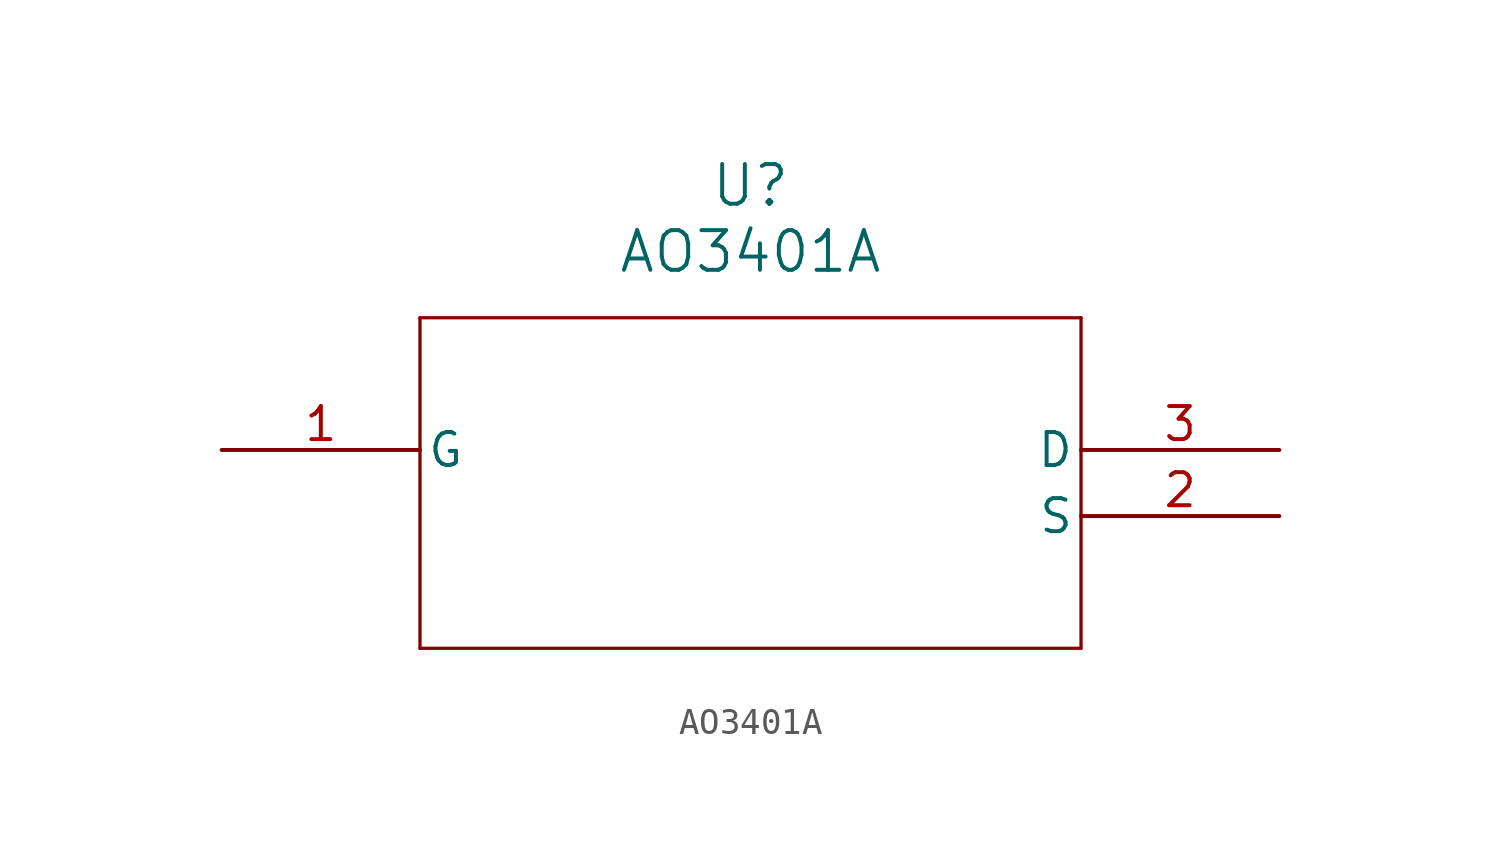
<source format=kicad_sym>
(kicad_symbol_lib
  (version 20211014)
  (generator kicad_symbol_editor)
  (symbol "AO3401A"
    (pin_names
      (offset 0.254))
    (property "Reference" "U"
      (at 20.32 10.16 0)
      (effects (font (size 1.524 1.524))))
    (property "Value" "AO3401A"
      (at 20.32 7.62 0)
      (effects (font (size 1.524 1.524))))
    (symbol "AO3401A_0_1"
      (polyline (pts (xy 7.62 5.08) (xy 7.62 -7.62)) (stroke (width 0.127) (type default) (color 0 0 0 0)) (fill (type none)))
      (polyline (pts (xy 7.62 -7.62) (xy 33.02 -7.62)) (stroke (width 0.127) (type default) (color 0 0 0 0)) (fill (type none)))
      (polyline (pts (xy 33.02 -7.62) (xy 33.02 5.08)) (stroke (width 0.127) (type default) (color 0 0 0 0)) (fill (type none)))
      (polyline (pts (xy 33.02 5.08) (xy 7.62 5.08)) (stroke (width 0.127) (type default) (color 0 0 0 0)) (fill (type none)))
      (pin unspecified line (at 0 0 0) (length 7.62) (name "G" (effects (font (size 1.27 1.27)))) (number "1" (effects (font (size 1.27 1.27)))))
      (pin unspecified line (at 40.64 -2.54 180) (length 7.62) (name "S" (effects (font (size 1.27 1.27)))) (number "2" (effects (font (size 1.27 1.27)))))
      (pin unspecified line (at 40.64 0 180) (length 7.62) (name "D" (effects (font (size 1.27 1.27)))) (number "3" (effects (font (size 1.27 1.27))))))))
</source>
